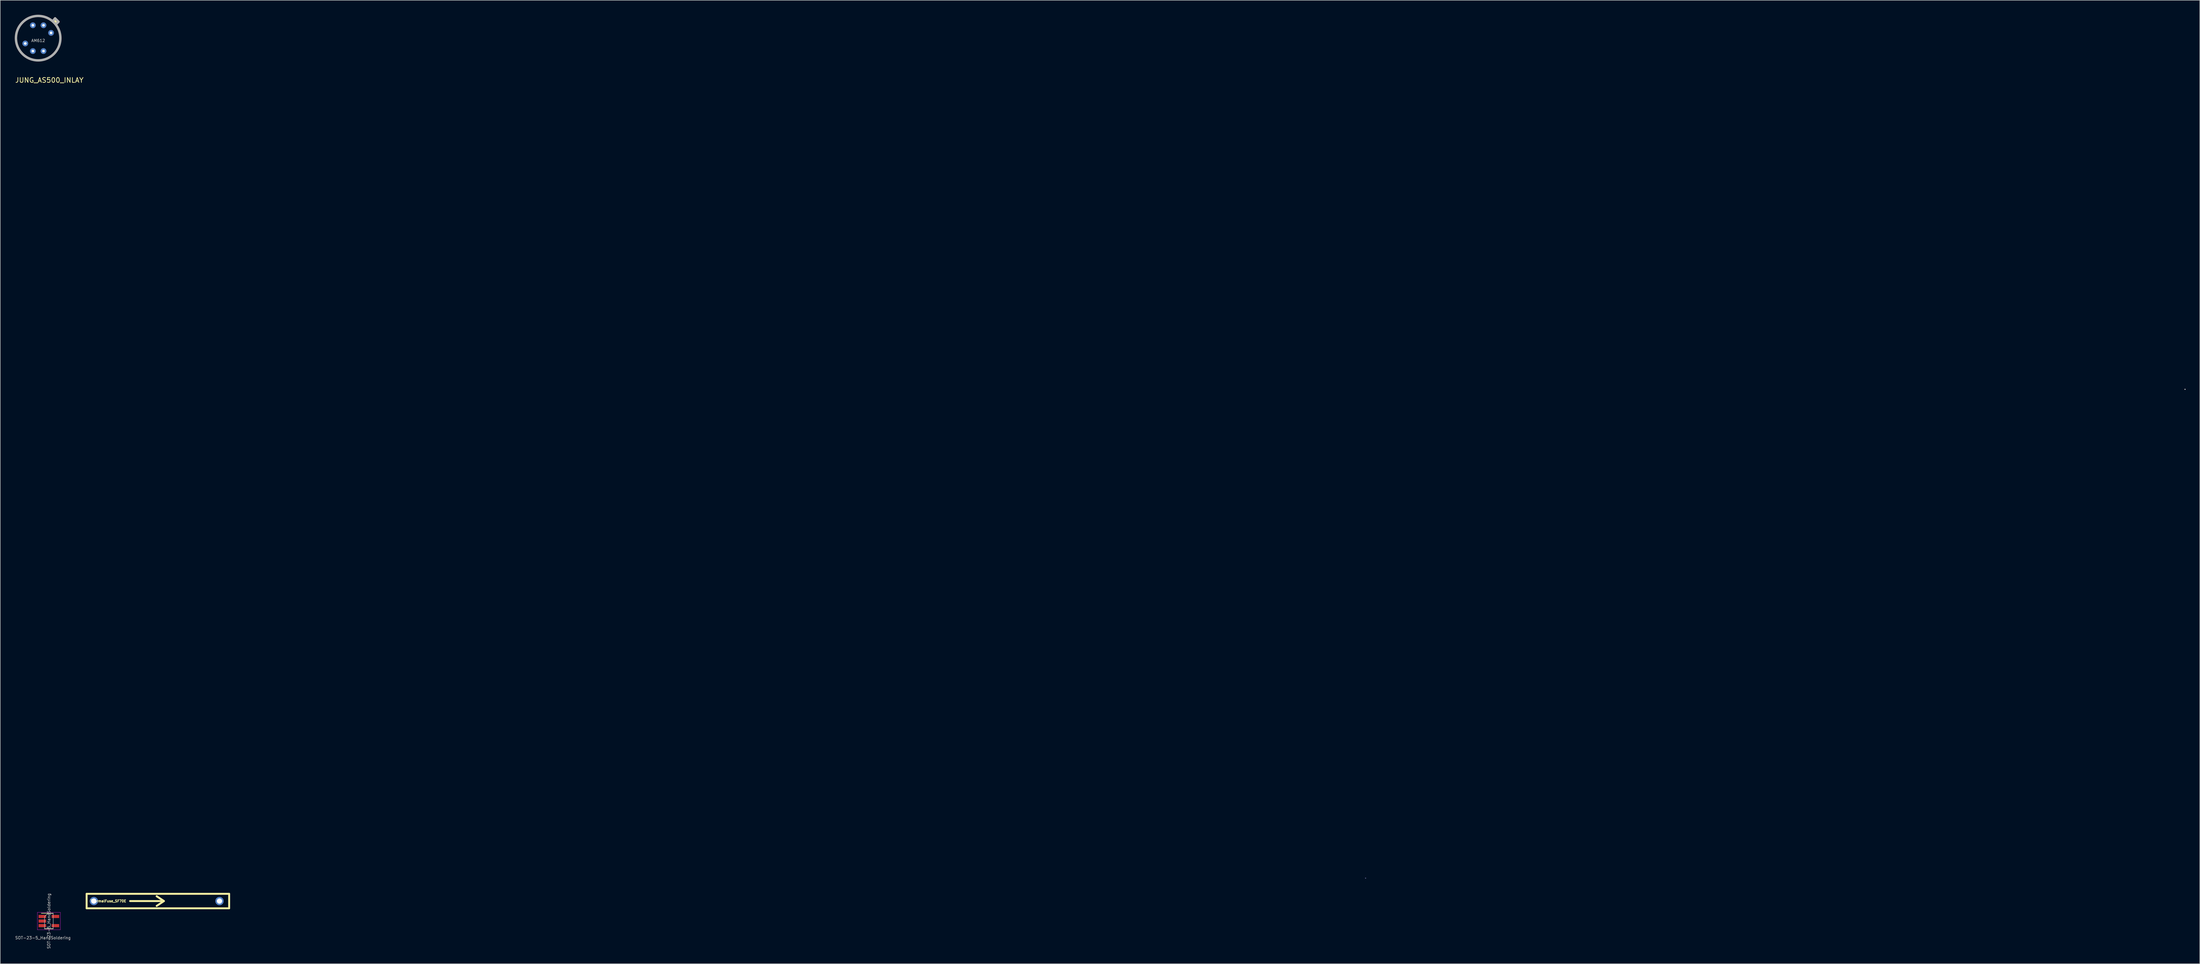
<source format=kicad_pcb>
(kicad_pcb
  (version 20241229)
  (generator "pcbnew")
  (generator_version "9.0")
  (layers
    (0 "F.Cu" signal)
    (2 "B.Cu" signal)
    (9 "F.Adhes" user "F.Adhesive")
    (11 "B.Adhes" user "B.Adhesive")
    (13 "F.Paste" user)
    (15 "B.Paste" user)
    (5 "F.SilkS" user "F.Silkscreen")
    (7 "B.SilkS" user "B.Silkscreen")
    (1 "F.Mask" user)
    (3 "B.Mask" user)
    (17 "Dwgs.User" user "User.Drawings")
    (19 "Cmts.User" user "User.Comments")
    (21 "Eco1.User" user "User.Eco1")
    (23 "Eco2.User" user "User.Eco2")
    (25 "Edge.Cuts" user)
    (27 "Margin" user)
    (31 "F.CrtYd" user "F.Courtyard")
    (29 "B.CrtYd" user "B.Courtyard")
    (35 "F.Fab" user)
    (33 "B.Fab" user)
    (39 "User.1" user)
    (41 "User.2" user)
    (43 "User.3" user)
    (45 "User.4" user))
  (footprint "ThermalFuse_SF70E"
    (layer "F.Cu")
    (at 16.377 183.498)
    (property "Reference" "ThermalFuse_SF70E" (at 3 0 0) (layer "F.SilkS") (effects (font (size 0.5 0.5) (thickness 0.125))))
    (attr through_hole)
    (fp_line (start -1.5 -1.5) (end -1.5 1.5) (stroke (width 0.4) (type solid)) (layer "F.SilkS"))
    (fp_line (start -1.5 1.5) (end 28 1.5) (stroke (width 0.4) (type solid)) (layer "F.SilkS"))
    (fp_line (start 7.5 0) (end 14.5 0) (stroke (width 0.4) (type solid)) (layer "F.SilkS"))
    (fp_line (start 13 -1) (end 14.5 0) (stroke (width 0.4) (type solid)) (layer "F.SilkS"))
    (fp_line (start 14.5 0) (end 13 -1) (stroke (width 0.4) (type solid)) (layer "F.SilkS"))
    (fp_line (start 14.5 0) (end 13 1) (stroke (width 0.4) (type solid)) (layer "F.SilkS"))
    (fp_line (start 28 -1.5) (end -1.5 -1.5) (stroke (width 0.4) (type solid)) (layer "F.SilkS"))
    (fp_line (start 28 1.5) (end 28 -1.5) (stroke (width 0.4) (type solid)) (layer "F.SilkS"))
    (pad "1" thru_hole circle (at 0 0) (size 1.724 1.724) (drill 1.1) (layers "*.Cu" "*.Mask"))
    (pad "2" thru_hole circle (at 26 0) (size 1.724 1.724) (drill 1.1) (layers "*.Cu" "*.Mask")))
  (footprint "SOT-23-5_HandSoldering"
    (layer "F.Cu")
    (at 7.064 187.637)
    (property "Reference" "SOT-23-5_HandSoldering" (at -1.225 3.475 0) (layer "F.Fab") (effects (font (size 0.584 0.584) (thickness 0.102))))
    (attr smd)
    (fp_line (start -0.9 1.61) (end 0.9 1.61) (stroke (width 0.12) (type solid)) (layer "F.SilkS"))
    (fp_line (start 0.9 -1.61) (end -1.55 -1.61) (stroke (width 0.12) (type solid)) (layer "F.SilkS"))
    (fp_line (start -2.38 -1.8) (end -2.38 1.8) (stroke (width 0.05) (type solid)) (layer "F.CrtYd"))
    (fp_line (start -2.38 -1.8) (end 2.38 -1.8) (stroke (width 0.05) (type solid)) (layer "F.CrtYd"))
    (fp_line (start 2.38 1.8) (end -2.38 1.8) (stroke (width 0.05) (type solid)) (layer "F.CrtYd"))
    (fp_line (start 2.38 1.8) (end 2.38 -1.8) (stroke (width 0.05) (type solid)) (layer "F.CrtYd"))
    (fp_line (start -0.9 -0.9) (end -0.9 1.55) (stroke (width 0.1) (type solid)) (layer "F.Fab"))
    (fp_line (start -0.9 -0.9) (end -0.25 -1.55) (stroke (width 0.1) (type solid)) (layer "F.Fab"))
    (fp_line (start 0.9 -1.55) (end -0.25 -1.55) (stroke (width 0.1) (type solid)) (layer "F.Fab"))
    (fp_line (start 0.9 -1.55) (end 0.9 1.55) (stroke (width 0.1) (type solid)) (layer "F.Fab"))
    (fp_line (start 0.9 1.55) (end -0.9 1.55) (stroke (width 0.1) (type solid)) (layer "F.Fab"))
    (fp_text user "${REFERENCE}" (at 0 0 90) (layer "F.Fab") (effects (font (size 0.584 0.584) (thickness 0.102))))
    (pad "1" smd rect (at -1.35 -0.95) (size 1.56 0.65) (layers "F.Cu" "F.Mask" "F.Paste"))
    (pad "2" smd rect (at -1.35 0) (size 1.56 0.65) (layers "F.Cu" "F.Mask" "F.Paste"))
    (pad "3" smd rect (at -1.35 0.95) (size 1.56 0.65) (layers "F.Cu" "F.Mask" "F.Paste"))
    (pad "4" smd rect (at 1.35 0.95) (size 1.56 0.65) (layers "F.Cu" "F.Mask" "F.Paste"))
    (pad "5" smd rect (at 1.35 -0.95) (size 1.56 0.65) (layers "F.Cu" "F.Mask" "F.Paste")))
  (footprint "AM612"
    (layer "F.Cu")
    (at 4.85 4.85)
    (property "Reference" "AM612" (at 0 0.5 0) (layer "F.Fab") (effects (font (size 0.584 0.584) (thickness 0.102))))
    (attr through_hole)
    (fp_line (start 2.939 -3.536) (end 3.526 -4.023) (stroke (width 0.4) (type solid)) (layer "F.SilkS"))
    (fp_line (start 2.951 -3.531) (end 3.49 -4.074) (stroke (width 0.4) (type solid)) (layer "F.SilkS"))
    (fp_line (start 3.302 -3.454) (end 3.444 -3.653) (stroke (width 0.4) (type solid)) (layer "F.SilkS"))
    (fp_line (start 3.444 -3.653) (end 3.741 -3.348) (stroke (width 0.4) (type solid)) (layer "F.SilkS"))
    (fp_line (start 3.49 -4.074) (end 4.204 -3.396) (stroke (width 0.4) (type solid)) (layer "F.SilkS"))
    (fp_line (start 3.526 -4.023) (end 4.188 -3.345) (stroke (width 0.4) (type solid)) (layer "F.SilkS"))
    (fp_line (start 3.772 -2.969) (end 3.302 -3.454) (stroke (width 0.4) (type solid)) (layer "F.SilkS"))
    (fp_line (start 4.188 -3.345) (end 3.586 -2.903) (stroke (width 0.4) (type solid)) (layer "F.SilkS"))
    (fp_line (start 4.204 -3.396) (end 3.772 -2.969) (stroke (width 0.4) (type solid)) (layer "F.SilkS"))
    (fp_circle (center 0.013 0) (end 2.235 -4) (stroke (width 0.4) (type solid)) (fill no) (layer "F.SilkS"))
    (fp_line (start 3 -3.5) (end 3.5 -4.1) (stroke (width 0.5) (type solid)) (layer "F.Fab"))
    (fp_line (start 3.5 -4.1) (end 4.2 -3.4) (stroke (width 0.5) (type solid)) (layer "F.Fab"))
    (fp_line (start 4.2 -3.4) (end 3.65 -2.85) (stroke (width 0.5) (type solid)) (layer "F.Fab"))
    (fp_circle (center 0 0) (end -4.6 0) (stroke (width 0.5) (type solid)) (fill no) (layer "F.Fab"))
    (pad "1" thru_hole circle (at 2.67 -1.1) (size 1.2 1.2) (drill 0.55) (layers "*.Cu" "*.Mask"))
    (pad "2" thru_hole circle (at 1.1 -2.67) (size 1.2 1.2) (drill 0.55) (layers "*.Cu" "*.Mask"))
    (pad "3" thru_hole circle (at -1.1 -2.67) (size 1.2 1.2) (drill 0.55) (layers "*.Cu" "*.Mask"))
    (pad "4" thru_hole circle (at -2.67 1.1) (size 1.2 1.2) (drill 0.55) (layers "*.Cu" "*.Mask"))
    (pad "5" thru_hole circle (at -1.1 2.67) (size 1.2 1.2) (drill 0.55) (layers "*.Cu" "*.Mask"))
    (pad "6" thru_hole circle (at 1.1 2.67) (size 1.2 1.2) (drill 0.55) (layers "*.Cu" "*.Mask")))
  (footprint "JUNG_AS500_INLAY"
    (layer "F.Cu")
    (at 7.173 13.048)
    (property "Reference" "JUNG_AS500_INLAY" (at 0 0.5 0) (layer "F.SilkS") (effects (font (size 1 1) (thickness 0.15))))
    (attr through_hole)
    (fp_line (start 442 64.5) (end 442 64.5) (stroke (width 0.1) (type solid)) (layer "Edge.Cuts"))
    (fp_line (start 442 64.5) (end 442 64.5) (stroke (width 0.1) (type solid)) (layer "Edge.Cuts"))
    (fp_line (start 442 64.5) (end 442 64.5) (stroke (width 0.1) (type solid)) (layer "Edge.Cuts"))
    (fp_line (start 442 64.5) (end 442 64.5) (stroke (width 0.1) (type solid)) (layer "Edge.Cuts"))
    (fp_line (start 442 64.5) (end 442 64.5) (stroke (width 0.1) (type solid)) (layer "Edge.Cuts"))
    (fp_line (start 442 64.5) (end 442 64.5) (stroke (width 0.1) (type solid)) (layer "Edge.Cuts"))
    (fp_line (start 442 64.5) (end 442 64.5) (stroke (width 0.1) (type solid)) (layer "Edge.Cuts"))
    (fp_line (start 442 64.5) (end 442 64.5) (stroke (width 0.1) (type solid)) (layer "Edge.Cuts"))
    (fp_line (start 442 64.5) (end 442 64.5) (stroke (width 0.1) (type solid)) (layer "Edge.Cuts"))
    (fp_line (start 442 64.5) (end 442 64.5) (stroke (width 0.1) (type solid)) (layer "Edge.Cuts"))
    (fp_line (start 442 64.5) (end 442 64.5) (stroke (width 0.1) (type solid)) (layer "Edge.Cuts"))
    (fp_line (start 442 64.5) (end 442 64.5) (stroke (width 0.1) (type solid)) (layer "Edge.Cuts"))
    (fp_line (start 442 64.5) (end 442 64.5) (stroke (width 0.1) (type solid)) (layer "Edge.Cuts"))
    (fp_arc (start 442 64.5) (mid 442 64.5) (end 442 64.5) (stroke (width 0.1) (type solid)) (layer "Edge.Cuts"))
    (fp_arc (start 442 64.5) (mid 442 64.5) (end 442 64.5) (stroke (width 0.1) (type solid)) (layer "Edge.Cuts"))
    (fp_arc (start 442 64.5) (mid 442 64.5) (end 442 64.5) (stroke (width 0.1) (type solid)) (layer "Edge.Cuts"))
    (fp_arc (start 442 64.5) (mid 442 64.5) (end 442 64.5) (stroke (width 0.1) (type solid)) (layer "Edge.Cuts"))
    (fp_arc (start 442 64.5) (mid 442 64.5) (end 442 64.5) (stroke (width 0.1) (type solid)) (layer "Edge.Cuts"))
    (fp_arc (start 442 64.5) (mid 442 64.5) (end 442 64.5) (stroke (width 0.1) (type solid)) (layer "Edge.Cuts"))
    (fp_arc (start 442 64.5) (mid 442 64.5) (end 442 64.5) (stroke (width 0.1) (type solid)) (layer "Edge.Cuts"))
    (fp_arc (start 442 64.5) (mid 442 64.5) (end 442 64.5) (stroke (width 0.1) (type solid)) (layer "Edge.Cuts"))
    (fp_arc (start 442 64.5) (mid 442 64.5) (end 442 64.5) (stroke (width 0.1) (type solid)) (layer "Edge.Cuts"))
    (fp_arc (start 442 64.5) (mid 442 64.5) (end 442 64.5) (stroke (width 0.1) (type solid)) (layer "Edge.Cuts"))
    (fp_arc (start 442 64.5) (mid 442 64.5) (end 442 64.5) (stroke (width 0.1) (type solid)) (layer "Edge.Cuts"))
    (fp_arc (start 442 64.5) (mid 442 64.5) (end 442 64.5) (stroke (width 0.1) (type solid)) (layer "Edge.Cuts"))
    (fp_circle (center 442 64.5) (end 442 64.5) (stroke (width 0.1) (type solid)) (fill no) (layer "Edge.Cuts"))
    (fp_circle (center 442 64.5) (end 442 64.5) (stroke (width 0.1) (type solid)) (fill no) (layer "Edge.Cuts"))
    (fp_circle (center 442 64.5) (end 442 64.5) (stroke (width 0.1) (type solid)) (fill no) (layer "Edge.Cuts"))
    (fp_circle (center 442 64.5) (end 442 64.5) (stroke (width 0.1) (type solid)) (fill no) (layer "Edge.Cuts"))
    (fp_line (start 272.4 165.7) (end 272.4 165.7) (stroke (width 0.1) (type solid)) (layer "B.Fab"))
    (fp_line (start 272.4 165.7) (end 272.4 165.7) (stroke (width 0.1) (type solid)) (layer "B.Fab"))
    (fp_line (start 272.4 165.7) (end 272.4 165.7) (stroke (width 0.1) (type solid)) (layer "B.Fab"))
    (fp_line (start 272.4 165.7) (end 272.4 165.7) (stroke (width 0.1) (type solid)) (layer "B.Fab"))
    (fp_line (start 272.4 165.7) (end 272.4 165.7) (stroke (width 0.1) (type solid)) (layer "B.Fab"))
    (fp_line (start 272.4 165.7) (end 272.4 165.7) (stroke (width 0.1) (type solid)) (layer "B.Fab"))
    (fp_line (start 272.4 165.7) (end 272.4 165.7) (stroke (width 0.1) (type solid)) (layer "B.Fab"))
    (fp_line (start 272.4 165.7) (end 272.4 165.7) (stroke (width 0.1) (type solid)) (layer "B.Fab"))
    (fp_line (start 272.4 165.7) (end 272.4 165.7) (stroke (width 0.1) (type solid)) (layer "B.Fab"))
    (fp_arc (start 272.4 165.7) (mid 272.4 165.7) (end 272.4 165.7) (stroke (width 0.1) (type solid)) (layer "B.Fab"))
    (fp_arc (start 272.4 165.7) (mid 272.4 165.7) (end 272.4 165.7) (stroke (width 0.1) (type solid)) (layer "B.Fab"))
    (fp_arc (start 272.4 165.7) (mid 272.4 165.7) (end 272.4 165.7) (stroke (width 0.1) (type solid)) (layer "B.Fab"))
    (fp_arc (start 272.4 165.7) (mid 272.4 165.7) (end 272.4 165.7) (stroke (width 0.1) (type solid)) (layer "B.Fab"))
    (fp_circle (center 272.4 165.7) (end 272.4 165.7) (stroke (width 0.1) (type solid)) (fill no) (layer "B.Fab"))
    (fp_circle (center 272.4 165.7) (end 272.4 165.7) (stroke (width 0.1) (type solid)) (fill no) (layer "B.Fab"))
    (fp_circle (center 272.4 165.7) (end 272.4 165.7) (stroke (width 0.1) (type solid)) (fill no) (layer "B.Fab")))
  (gr_rect
    (start -3 -3)
    (end 452.223 196.475)
    (stroke (width 0.1) (type default))
    (fill no)
    (layer "Edge.Cuts")))
</source>
